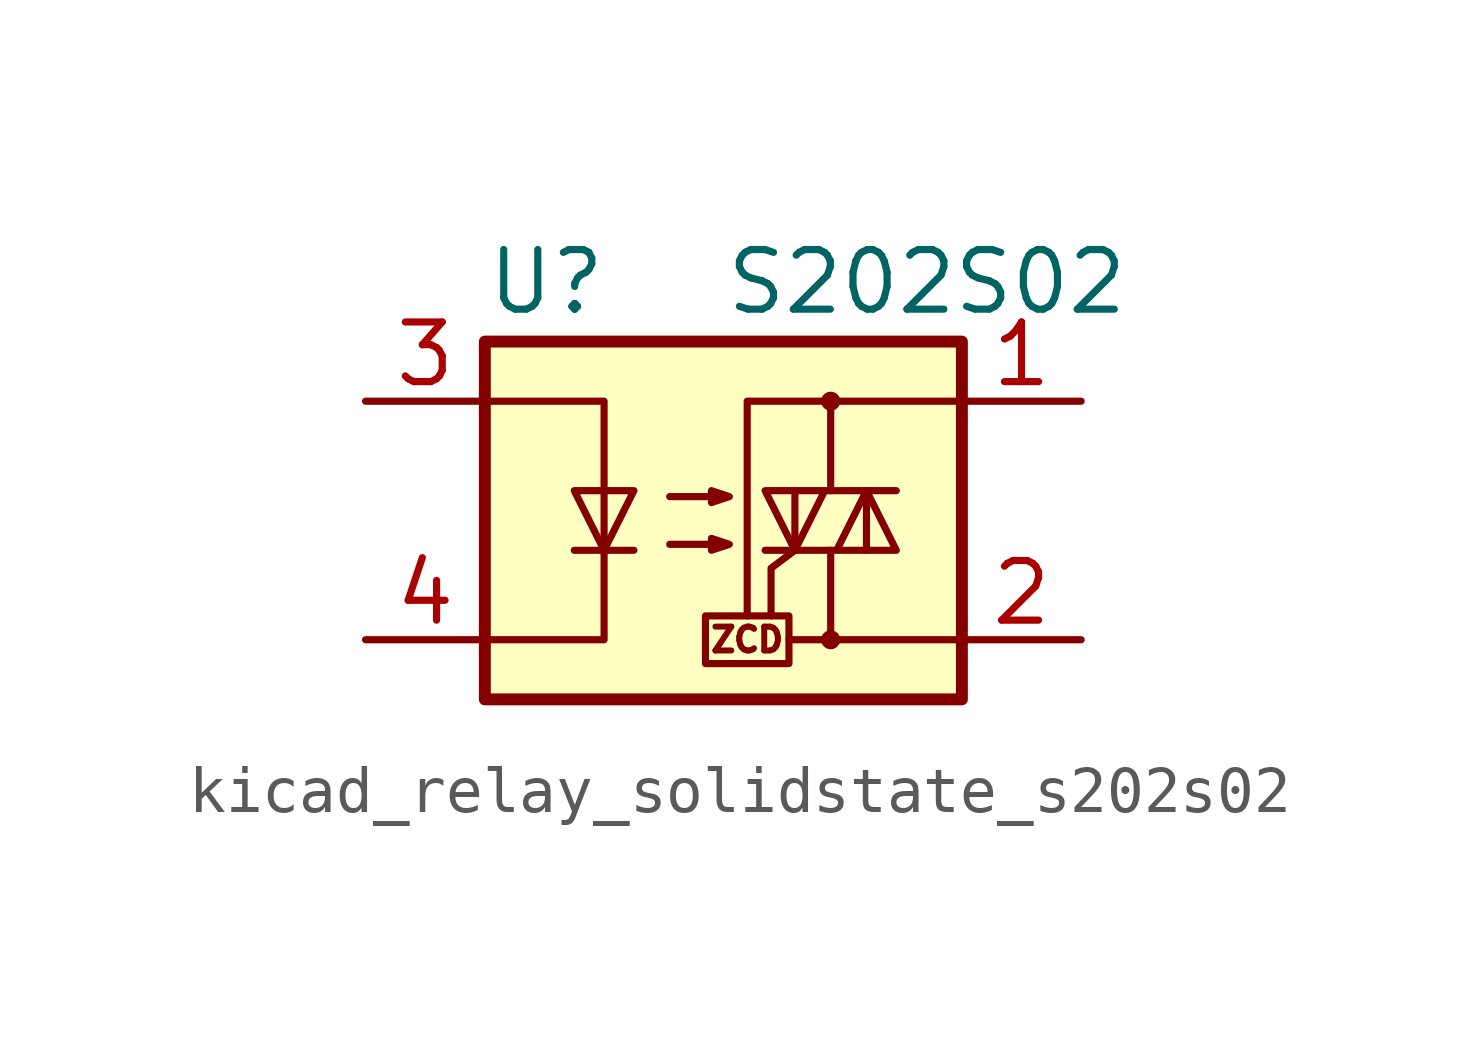
<source format=kicad_sym>
(kicad_symbol_lib
  (version 20220914)
  (generator kicad_symbol_editor)
  (symbol "kicad_relay_solidstate_s202s02"
    (property "Reference" "U"
      (at -5.08 5.08 0)
      (effects (font (size 1.27 1.27)) (justify left)))
    (property "Value" "S202S02"
      (at 0 5.08 0)
      (effects (font (size 1.27 1.27)) (justify left)))
    (symbol "kicad_relay_solidstate_s202s02_0_0"
      (rectangle (start -0.381 -2.032) (end 1.397 -3.048) (stroke (width 0) (type default)) (fill (type none)))
      (polyline (pts (xy 2.286 -2.54) (xy 1.397 -2.54)) (stroke (width 0) (type default)) (fill (type none)))
      (polyline (pts (xy 1.524 -0.635) (xy 1.016 -1.016) (xy 1.016 -2.032)) (stroke (width 0) (type default)) (fill (type none)))
      (text "ZCD" (at 0.508 -2.54 0) (effects (font (size 0.508 0.508)))))
    (symbol "kicad_relay_solidstate_s202s02_0_1"
      (rectangle (start -5.08 3.81) (end 5.08 -3.81) (stroke (width 0.254) (type default)) (fill (type background)))
      (polyline (pts (xy -3.175 -0.635) (xy -1.905 -0.635)) (stroke (width 0) (type default)) (fill (type none)))
      (polyline (pts (xy 1.524 -0.635) (xy 1.524 0.635)) (stroke (width 0) (type default)) (fill (type none)))
      (polyline (pts (xy 3.048 0.635) (xy 3.048 -0.635)) (stroke (width 0) (type default)) (fill (type none)))
      (polyline (pts (xy 2.286 -0.635) (xy 2.286 -2.54) (xy 5.08 -2.54)) (stroke (width 0) (type default)) (fill (type none)))
      (polyline (pts (xy 2.286 0.635) (xy 2.286 2.54) (xy 5.08 2.54)) (stroke (width 0) (type default)) (fill (type none)))
      (polyline (pts (xy 2.286 2.54) (xy 0.508 2.54) (xy 0.508 -2.032)) (stroke (width 0) (type default)) (fill (type none)))
      (polyline (pts (xy -5.08 2.54) (xy -2.54 2.54) (xy -2.54 -2.54) (xy -5.08 -2.54)) (stroke (width 0) (type default)) (fill (type none)))
      (polyline (pts (xy -2.54 -0.635) (xy -3.175 0.635) (xy -1.905 0.635) (xy -2.54 -0.635)) (stroke (width 0) (type default)) (fill (type none)))
      (polyline (pts (xy 0.889 -0.635) (xy 3.683 -0.635) (xy 3.048 0.635) (xy 2.413 -0.635)) (stroke (width 0) (type default)) (fill (type none)))
      (polyline (pts (xy 3.683 0.635) (xy 0.889 0.635) (xy 1.524 -0.635) (xy 2.159 0.635)) (stroke (width 0) (type default)) (fill (type none)))
      (polyline (pts (xy -1.143 -0.508) (xy 0.127 -0.508) (xy -0.254 -0.635) (xy -0.254 -0.381) (xy 0.127 -0.508)) (stroke (width 0) (type default)) (fill (type none)))
      (polyline (pts (xy -1.143 0.508) (xy 0.127 0.508) (xy -0.254 0.381) (xy -0.254 0.635) (xy 0.127 0.508)) (stroke (width 0) (type default)) (fill (type none)))
      (circle (center 2.286 -2.54) (radius 0.127) (stroke (width 0) (type default)) (fill (type none)))
      (circle (center 2.286 2.54) (radius 0.127) (stroke (width 0) (type default)) (fill (type none))))
    (symbol "kicad_relay_solidstate_s202s02_1_1"
      (pin passive line (at 7.62 2.54 180) (length 2.54) (name "~" (effects (font (size 1.27 1.27)))) (number "1" (effects (font (size 1.27 1.27)))))
      (pin passive line (at 7.62 -2.54 180) (length 2.54) (name "~" (effects (font (size 1.27 1.27)))) (number "2" (effects (font (size 1.27 1.27)))))
      (pin passive line (at -7.62 2.54 0) (length 2.54) (name "~" (effects (font (size 1.27 1.27)))) (number "3" (effects (font (size 1.27 1.27)))))
      (pin passive line (at -7.62 -2.54 0) (length 2.54) (name "~" (effects (font (size 1.27 1.27)))) (number "4" (effects (font (size 1.27 1.27))))))))
</source>
